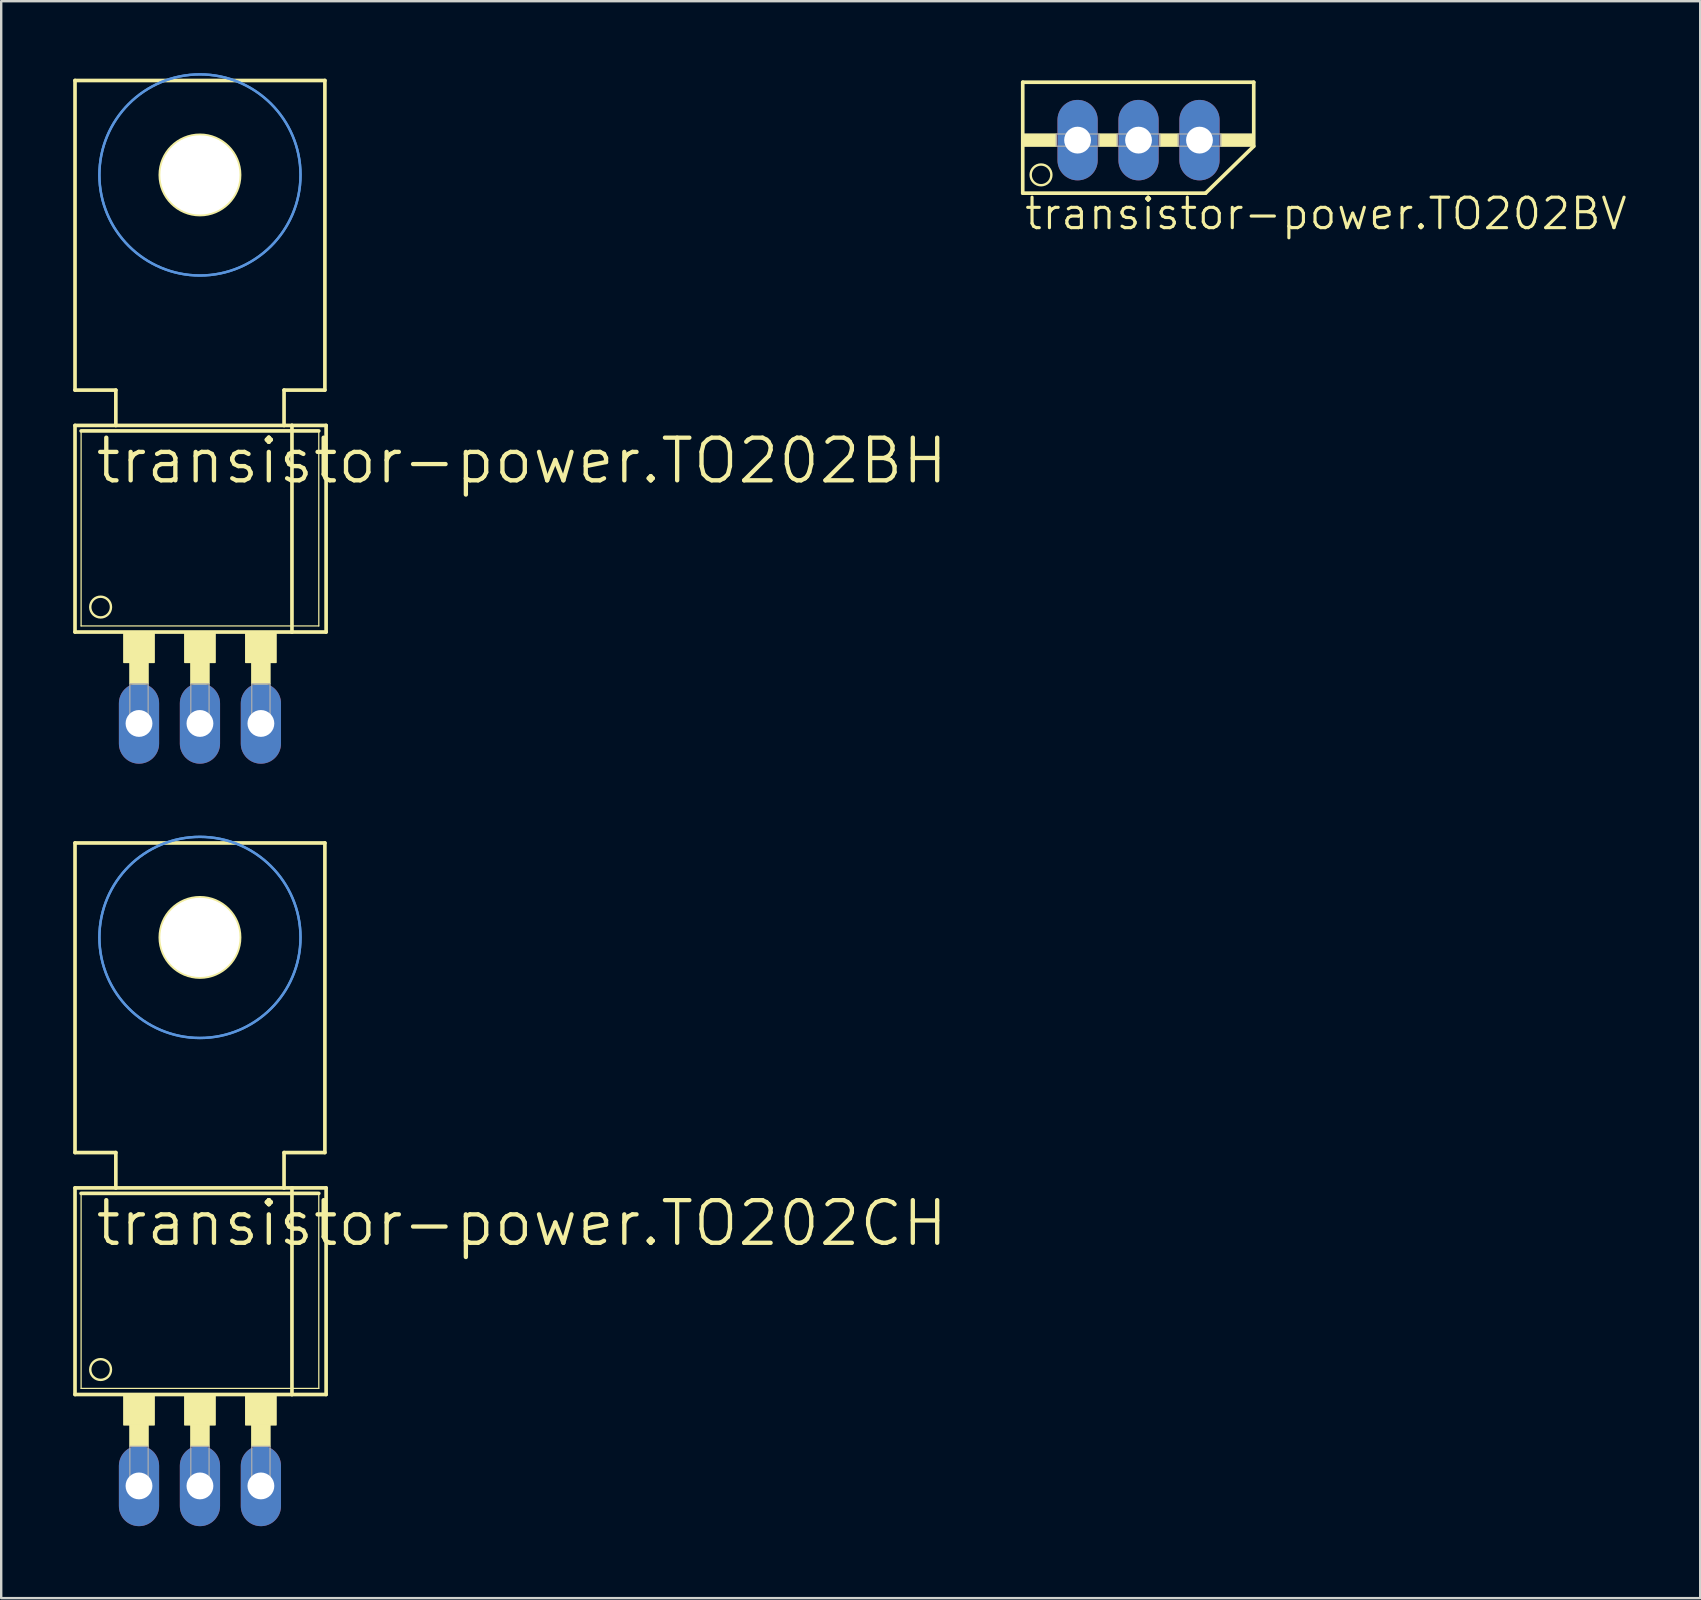
<source format=kicad_pcb>
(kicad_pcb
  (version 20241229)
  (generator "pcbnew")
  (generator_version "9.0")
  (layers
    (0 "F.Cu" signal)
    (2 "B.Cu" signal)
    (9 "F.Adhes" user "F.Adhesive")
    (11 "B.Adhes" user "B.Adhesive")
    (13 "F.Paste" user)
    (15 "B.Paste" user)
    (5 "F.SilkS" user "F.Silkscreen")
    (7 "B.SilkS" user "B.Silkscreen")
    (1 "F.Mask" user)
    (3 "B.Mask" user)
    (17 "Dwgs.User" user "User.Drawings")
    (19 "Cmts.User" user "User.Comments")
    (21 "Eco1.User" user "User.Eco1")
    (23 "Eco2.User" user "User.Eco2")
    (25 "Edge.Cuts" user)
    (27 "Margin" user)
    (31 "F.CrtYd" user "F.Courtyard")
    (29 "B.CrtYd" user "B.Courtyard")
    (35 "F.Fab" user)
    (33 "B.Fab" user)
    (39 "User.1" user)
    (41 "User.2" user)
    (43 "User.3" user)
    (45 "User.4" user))
  (footprint "transistor-power.TO202BV"
    (layer "F.Cu")
    (at 44.4 0.25)
    (property "Reference" "transistor-power.TO202BV" (at -4.826 6.35 0) (layer "F.SilkS") (effects (font (size 1.27 1.27) (thickness 0.13)) (justify left bottom)))
    (attr through_hole)
    (fp_line (start -4.826 0.127) (end 4.801 0.127) (stroke (width 0.152) (type default)) (layer "F.SilkS"))
    (fp_line (start -4.826 4.75) (end -4.826 0.127) (stroke (width 0.152) (type default)) (layer "F.SilkS"))
    (fp_line (start -4.826 4.75) (end 2.794 4.75) (stroke (width 0.152) (type default)) (layer "F.SilkS"))
    (fp_line (start 2.794 4.75) (end 4.801 2.794) (stroke (width 0.152) (type default)) (layer "F.SilkS"))
    (fp_line (start 4.801 0.127) (end 4.801 2.794) (stroke (width 0.152) (type default)) (layer "F.SilkS"))
    (fp_rect (start -4.826 2.794) (end -3.429 2.286) (stroke (width 0.05) (type default)) (fill yes) (layer "F.SilkS"))
    (fp_rect (start -1.651 2.794) (end -0.889 2.286) (stroke (width 0.05) (type default)) (fill yes) (layer "F.SilkS"))
    (fp_rect (start 0.889 2.794) (end 1.651 2.286) (stroke (width 0.05) (type default)) (fill yes) (layer "F.SilkS"))
    (fp_rect (start 3.429 2.794) (end 4.826 2.286) (stroke (width 0.05) (type default)) (fill yes) (layer "F.SilkS"))
    (fp_circle (center -4.064 3.988) (end -3.632 3.988) (stroke (width 0.1) (type default)) (fill no) (layer "F.SilkS"))
    (fp_rect (start -3.429 2.794) (end -1.651 2.286) (stroke (width 0.05) (type default)) (fill no) (layer "F.Fab"))
    (fp_rect (start -0.889 2.794) (end 0.889 2.286) (stroke (width 0.05) (type default)) (fill no) (layer "F.Fab"))
    (fp_rect (start 1.651 2.794) (end 3.429 2.286) (stroke (width 0.05) (type default)) (fill no) (layer "F.Fab"))
    (pad "1" thru_hole oval (at -2.54 2.54 90) (size 3.353 1.676) (drill 1.118) (layers "*.Cu" "*.Mask"))
    (pad "2" thru_hole oval (at 0 2.54 90) (size 3.353 1.676) (drill 1.118) (layers "*.Cu" "*.Mask"))
    (pad "3" thru_hole oval (at 2.54 2.54 90) (size 3.353 1.676) (drill 1.118) (layers "*.Cu" "*.Mask")))
  (footprint "transistor-power.TO202CH"
    (layer "F.Cu")
    (at 5.283 53.798)
    (property "Reference" "transistor-power.TO202CH" (at -4.445 -4.826 0) (layer "F.SilkS") (effects (font (size 1.778 1.778) (thickness 0.18)) (justify left bottom)))
    (attr through_hole)
    (fp_line (start -5.207 -21.717) (end -5.207 -8.814) (stroke (width 0.152) (type default)) (layer "F.SilkS"))
    (fp_line (start -5.207 -7.341) (end -3.505 -7.341) (stroke (width 0.152) (type default)) (layer "F.SilkS"))
    (fp_line (start -5.207 1.27) (end -5.207 -7.341) (stroke (width 0.152) (type default)) (layer "F.SilkS"))
    (fp_line (start -5.207 1.27) (end 3.835 1.27) (stroke (width 0.152) (type default)) (layer "F.SilkS"))
    (fp_line (start -4.953 1.016) (end -4.953 -7.112) (stroke (width 0.051) (type default)) (layer "F.SilkS"))
    (fp_line (start -4.953 1.016) (end 4.953 1.016) (stroke (width 0.051) (type default)) (layer "F.SilkS"))
    (fp_line (start -3.505 -8.814) (end -5.207 -8.814) (stroke (width 0.152) (type default)) (layer "F.SilkS"))
    (fp_line (start -3.505 -7.341) (end -3.505 -8.814) (stroke (width 0.152) (type default)) (layer "F.SilkS"))
    (fp_line (start -3.505 -7.341) (end 3.505 -7.341) (stroke (width 0.152) (type default)) (layer "F.SilkS"))
    (fp_line (start 3.505 -8.814) (end 3.505 -7.341) (stroke (width 0.152) (type default)) (layer "F.SilkS"))
    (fp_line (start 3.505 -7.341) (end 3.835 -7.341) (stroke (width 0.152) (type default)) (layer "F.SilkS"))
    (fp_line (start 3.835 -7.341) (end 5.258 -7.341) (stroke (width 0.152) (type default)) (layer "F.SilkS"))
    (fp_line (start 3.835 1.27) (end 3.835 -7.341) (stroke (width 0.152) (type default)) (layer "F.SilkS"))
    (fp_line (start 3.835 1.27) (end 5.258 1.27) (stroke (width 0.152) (type default)) (layer "F.SilkS"))
    (fp_line (start 4.953 -7.112) (end -4.953 -7.112) (stroke (width 0.152) (type default)) (layer "F.SilkS"))
    (fp_line (start 4.953 -7.112) (end 4.953 1.016) (stroke (width 0.051) (type default)) (layer "F.SilkS"))
    (fp_line (start 5.207 -21.717) (end -5.207 -21.717) (stroke (width 0.152) (type default)) (layer "F.SilkS"))
    (fp_line (start 5.207 -21.717) (end 5.207 -8.814) (stroke (width 0.152) (type default)) (layer "F.SilkS"))
    (fp_line (start 5.207 -8.814) (end 3.505 -8.814) (stroke (width 0.152) (type default)) (layer "F.SilkS"))
    (fp_line (start 5.258 1.27) (end 5.258 -7.341) (stroke (width 0.152) (type default)) (layer "F.SilkS"))
    (fp_rect (start -3.175 2.54) (end -1.905 1.27) (stroke (width 0.05) (type default)) (fill yes) (layer "F.SilkS"))
    (fp_rect (start -2.921 3.429) (end -2.159 2.54) (stroke (width 0.05) (type default)) (fill yes) (layer "F.SilkS"))
    (fp_rect (start -0.635 2.54) (end 0.635 1.27) (stroke (width 0.05) (type default)) (fill yes) (layer "F.SilkS"))
    (fp_rect (start -0.381 3.429) (end 0.381 2.54) (stroke (width 0.05) (type default)) (fill yes) (layer "F.SilkS"))
    (fp_rect (start 1.905 2.54) (end 3.175 1.27) (stroke (width 0.05) (type default)) (fill yes) (layer "F.SilkS"))
    (fp_rect (start 2.159 3.429) (end 2.921 2.54) (stroke (width 0.05) (type default)) (fill yes) (layer "F.SilkS"))
    (fp_circle (center -4.14 0.229) (end -3.708 0.229) (stroke (width 0.1) (type default)) (fill no) (layer "F.SilkS"))
    (fp_circle (center 0 -17.78) (end 1.651 -17.78) (stroke (width 0.152) (type default)) (fill no) (layer "F.SilkS"))
    (fp_circle (center 0 -17.78) (end 4.191 -17.78) (stroke (width 0.1) (type default)) (fill no) (layer "Cmts.User"))
    (fp_circle (center 0 -17.78) (end 4.191 -17.78) (stroke (width 0.1) (type default)) (fill no) (layer "Cmts.User"))
    (fp_rect (start -2.921 5.207) (end -2.159 3.429) (stroke (width 0.05) (type default)) (fill no) (layer "F.Fab"))
    (fp_rect (start -0.381 5.207) (end 0.381 3.429) (stroke (width 0.05) (type default)) (fill no) (layer "F.Fab"))
    (fp_rect (start 2.159 5.207) (end 2.921 3.429) (stroke (width 0.05) (type default)) (fill no) (layer "F.Fab"))
    (pad "" np_thru_hole circle (at 0 -17.78) (size 3.302 3.302) (drill 3.302) (layers "*.Cu" "*.Mask"))
    (pad "B" thru_hole oval (at -2.54 5.08 90) (size 3.353 1.676) (drill 1.118) (layers "*.Cu" "*.Mask"))
    (pad "C" thru_hole oval (at 2.54 5.08 90) (size 3.353 1.676) (drill 1.118) (layers "*.Cu" "*.Mask"))
    (pad "E" thru_hole oval (at 0 5.08 90) (size 3.353 1.676) (drill 1.118) (layers "*.Cu" "*.Mask")))
  (footprint "transistor-power.TO202BH"
    (layer "F.Cu")
    (at 5.283 22.021)
    (property "Reference" "transistor-power.TO202BH" (at -4.445 -4.826 0) (layer "F.SilkS") (effects (font (size 1.778 1.778) (thickness 0.18)) (justify left bottom)))
    (attr through_hole)
    (fp_line (start -5.207 -21.717) (end -5.207 -8.814) (stroke (width 0.152) (type default)) (layer "F.SilkS"))
    (fp_line (start -5.207 -7.341) (end -3.505 -7.341) (stroke (width 0.152) (type default)) (layer "F.SilkS"))
    (fp_line (start -5.207 1.27) (end -5.207 -7.341) (stroke (width 0.152) (type default)) (layer "F.SilkS"))
    (fp_line (start -5.207 1.27) (end 3.835 1.27) (stroke (width 0.152) (type default)) (layer "F.SilkS"))
    (fp_line (start -4.953 1.016) (end -4.953 -7.112) (stroke (width 0.051) (type default)) (layer "F.SilkS"))
    (fp_line (start -4.953 1.016) (end 4.953 1.016) (stroke (width 0.051) (type default)) (layer "F.SilkS"))
    (fp_line (start -3.505 -8.814) (end -5.207 -8.814) (stroke (width 0.152) (type default)) (layer "F.SilkS"))
    (fp_line (start -3.505 -7.341) (end -3.505 -8.814) (stroke (width 0.152) (type default)) (layer "F.SilkS"))
    (fp_line (start -3.505 -7.341) (end 3.505 -7.341) (stroke (width 0.152) (type default)) (layer "F.SilkS"))
    (fp_line (start 3.505 -8.814) (end 3.505 -7.341) (stroke (width 0.152) (type default)) (layer "F.SilkS"))
    (fp_line (start 3.505 -7.341) (end 3.835 -7.341) (stroke (width 0.152) (type default)) (layer "F.SilkS"))
    (fp_line (start 3.835 -7.341) (end 5.258 -7.341) (stroke (width 0.152) (type default)) (layer "F.SilkS"))
    (fp_line (start 3.835 1.27) (end 3.835 -7.341) (stroke (width 0.152) (type default)) (layer "F.SilkS"))
    (fp_line (start 3.835 1.27) (end 5.258 1.27) (stroke (width 0.152) (type default)) (layer "F.SilkS"))
    (fp_line (start 4.953 -7.112) (end -4.953 -7.112) (stroke (width 0.152) (type default)) (layer "F.SilkS"))
    (fp_line (start 4.953 -7.112) (end 4.953 1.016) (stroke (width 0.051) (type default)) (layer "F.SilkS"))
    (fp_line (start 5.207 -21.717) (end -5.207 -21.717) (stroke (width 0.152) (type default)) (layer "F.SilkS"))
    (fp_line (start 5.207 -21.717) (end 5.207 -8.814) (stroke (width 0.152) (type default)) (layer "F.SilkS"))
    (fp_line (start 5.207 -8.814) (end 3.505 -8.814) (stroke (width 0.152) (type default)) (layer "F.SilkS"))
    (fp_line (start 5.258 1.27) (end 5.258 -7.341) (stroke (width 0.152) (type default)) (layer "F.SilkS"))
    (fp_rect (start -3.175 2.54) (end -1.905 1.27) (stroke (width 0.05) (type default)) (fill yes) (layer "F.SilkS"))
    (fp_rect (start -2.921 3.429) (end -2.159 2.54) (stroke (width 0.05) (type default)) (fill yes) (layer "F.SilkS"))
    (fp_rect (start -0.635 2.54) (end 0.635 1.27) (stroke (width 0.05) (type default)) (fill yes) (layer "F.SilkS"))
    (fp_rect (start -0.381 3.429) (end 0.381 2.54) (stroke (width 0.05) (type default)) (fill yes) (layer "F.SilkS"))
    (fp_rect (start 1.905 2.54) (end 3.175 1.27) (stroke (width 0.05) (type default)) (fill yes) (layer "F.SilkS"))
    (fp_rect (start 2.159 3.429) (end 2.921 2.54) (stroke (width 0.05) (type default)) (fill yes) (layer "F.SilkS"))
    (fp_circle (center -4.14 0.229) (end -3.708 0.229) (stroke (width 0.1) (type default)) (fill no) (layer "F.SilkS"))
    (fp_circle (center 0 -17.78) (end 1.651 -17.78) (stroke (width 0.152) (type default)) (fill no) (layer "F.SilkS"))
    (fp_circle (center 0 -17.78) (end 4.191 -17.78) (stroke (width 0.1) (type default)) (fill no) (layer "Cmts.User"))
    (fp_circle (center 0 -17.78) (end 4.191 -17.78) (stroke (width 0.1) (type default)) (fill no) (layer "Cmts.User"))
    (fp_rect (start -2.921 5.207) (end -2.159 3.429) (stroke (width 0.05) (type default)) (fill no) (layer "F.Fab"))
    (fp_rect (start -0.381 5.207) (end 0.381 3.429) (stroke (width 0.05) (type default)) (fill no) (layer "F.Fab"))
    (fp_rect (start 2.159 5.207) (end 2.921 3.429) (stroke (width 0.05) (type default)) (fill no) (layer "F.Fab"))
    (pad "" np_thru_hole circle (at 0 -17.78) (size 3.302 3.302) (drill 3.302) (layers "*.Cu" "*.Mask"))
    (pad "1" thru_hole oval (at -2.54 5.08 90) (size 3.353 1.676) (drill 1.118) (layers "*.Cu" "*.Mask"))
    (pad "2" thru_hole oval (at 0 5.08 90) (size 3.353 1.676) (drill 1.118) (layers "*.Cu" "*.Mask"))
    (pad "3" thru_hole oval (at 2.54 5.08 90) (size 3.353 1.676) (drill 1.118) (layers "*.Cu" "*.Mask")))
  (gr_rect
    (start -3 -3)
    (end 67.808 63.555)
    (stroke (width 0.1) (type default))
    (fill no)
    (layer "Edge.Cuts")))
</source>
